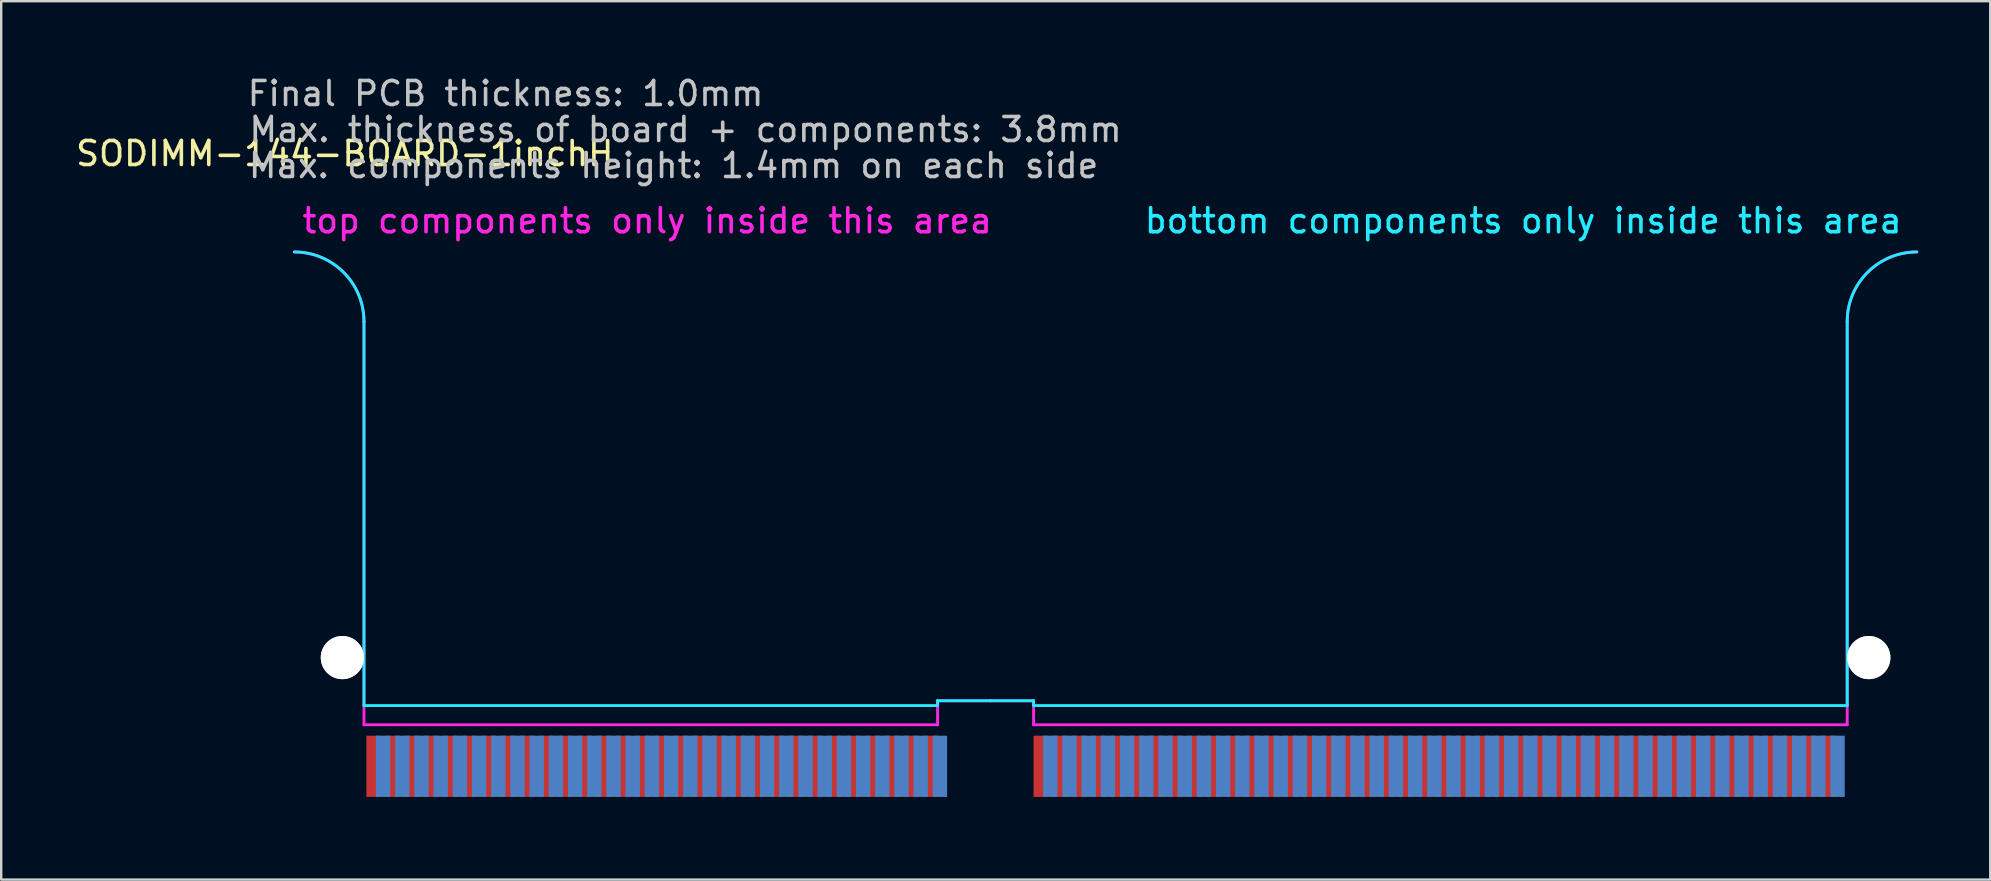
<source format=kicad_pcb>
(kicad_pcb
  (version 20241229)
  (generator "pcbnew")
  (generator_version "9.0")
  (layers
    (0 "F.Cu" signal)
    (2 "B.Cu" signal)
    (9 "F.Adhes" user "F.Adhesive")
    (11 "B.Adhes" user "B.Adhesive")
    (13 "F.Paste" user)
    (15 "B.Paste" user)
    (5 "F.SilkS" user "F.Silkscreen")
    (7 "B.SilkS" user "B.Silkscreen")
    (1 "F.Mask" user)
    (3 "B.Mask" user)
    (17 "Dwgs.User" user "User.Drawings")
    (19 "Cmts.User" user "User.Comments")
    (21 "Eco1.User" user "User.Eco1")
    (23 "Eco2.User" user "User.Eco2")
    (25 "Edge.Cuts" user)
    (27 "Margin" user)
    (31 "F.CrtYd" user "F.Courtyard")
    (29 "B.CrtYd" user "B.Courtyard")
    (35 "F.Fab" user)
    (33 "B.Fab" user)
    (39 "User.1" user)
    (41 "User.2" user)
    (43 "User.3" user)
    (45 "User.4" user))
  (footprint "SODIMM-144-BOARD-1inchH"
    (layer "F.Cu")
    (at 43.015 30.348)
    (property "Reference" "SODIMM-144-BOARD-1inchH" (at -31.7 -27 0) (layer "F.SilkS") (effects (font (size 1 1) (thickness 0.15))))
    (attr exclude_from_pos_files exclude_from_bom)
    (fp_line (start -33.8 -25.4) (end -33.8 -22) (stroke (width 0.12) (type solid)) (layer "Eco2.User"))
    (fp_line (start -33.8 -25.4) (end 33.8 -25.4) (stroke (width 0.12) (type solid)) (layer "Eco2.User"))
    (fp_line (start -33.8 -18) (end -33.8 -12) (stroke (width 0.12) (type solid)) (layer "Eco2.User"))
    (fp_line (start -33.8 -8) (end -33.8 0) (stroke (width 0.12) (type solid)) (layer "Eco2.User"))
    (fp_line (start -5.55 -3.25) (end -5.55 0) (stroke (width 0.12) (type solid)) (layer "Eco2.User"))
    (fp_line (start -5.55 0) (end -33.8 0) (stroke (width 0.12) (type solid)) (layer "Eco2.User"))
    (fp_line (start -4.05 -3.25) (end -4.05 0) (stroke (width 0.12) (type solid)) (layer "Eco2.User"))
    (fp_line (start -4.05 0) (end 33.8 0) (stroke (width 0.12) (type solid)) (layer "Eco2.User"))
    (fp_line (start 33.8 -22) (end 33.8 -25.4) (stroke (width 0.12) (type solid)) (layer "Eco2.User"))
    (fp_line (start 33.8 -18) (end 33.8 -12) (stroke (width 0.12) (type solid)) (layer "Eco2.User"))
    (fp_line (start 33.8 -8) (end 33.8 0) (stroke (width 0.12) (type solid)) (layer "Eco2.User"))
    (fp_arc (start -33.8 -22) (mid -31.8 -20) (end -33.8 -18) (stroke (width 0.12) (type solid)) (layer "Eco2.User"))
    (fp_arc (start -33.8 -12) (mid -31.8 -10) (end -33.8 -8) (stroke (width 0.12) (type solid)) (layer "Eco2.User"))
    (fp_arc (start -5.55 -3.25) (mid -4.8 -4) (end -4.05 -3.25) (stroke (width 0.12) (type solid)) (layer "Eco2.User"))
    (fp_arc (start 33.8 -18) (mid 31.8 -20) (end 33.8 -22) (stroke (width 0.12) (type solid)) (layer "Eco2.User"))
    (fp_arc (start 33.8 -8) (mid 31.8 -10) (end 33.8 -12) (stroke (width 0.12) (type solid)) (layer "Eco2.User"))
    (fp_line (start -30.9 -4) (end -30.9 -20) (stroke (width 0.12) (type solid)) (layer "B.CrtYd"))
    (fp_line (start -7 -4.2) (end -7 -4) (stroke (width 0.12) (type solid)) (layer "B.CrtYd"))
    (fp_line (start -7 -4) (end -30.9 -4) (stroke (width 0.12) (type solid)) (layer "B.CrtYd"))
    (fp_line (start -4.8 -4.2) (end -7 -4.2) (stroke (width 0.12) (type solid)) (layer "B.CrtYd"))
    (fp_line (start -4.8 -4.2) (end -3 -4.2) (stroke (width 0.12) (type solid)) (layer "B.CrtYd"))
    (fp_line (start -3 -4.2) (end -3 -4) (stroke (width 0.12) (type solid)) (layer "B.CrtYd"))
    (fp_line (start 30.9 -20) (end 30.9 -4) (stroke (width 0.12) (type solid)) (layer "B.CrtYd"))
    (fp_line (start 30.9 -4) (end -3 -4) (stroke (width 0.12) (type solid)) (layer "B.CrtYd"))
    (fp_arc (start -33.8 -22.9) (mid -31.74939 -22.05061) (end -30.9 -20) (stroke (width 0.12) (type solid)) (layer "B.CrtYd"))
    (fp_arc (start 30.9 -20) (mid 31.74939 -22.05061) (end 33.8 -22.9) (stroke (width 0.12) (type solid)) (layer "B.CrtYd"))
    (fp_line (start -30.9 -3.2) (end -30.9 -20) (stroke (width 0.12) (type solid)) (layer "F.CrtYd"))
    (fp_line (start -7 -4.2) (end -7 -3.2) (stroke (width 0.12) (type solid)) (layer "F.CrtYd"))
    (fp_line (start -7 -3.2) (end -30.9 -3.2) (stroke (width 0.12) (type solid)) (layer "F.CrtYd"))
    (fp_line (start -4.8 -4.2) (end -7 -4.2) (stroke (width 0.12) (type solid)) (layer "F.CrtYd"))
    (fp_line (start -4.8 -4.2) (end -3 -4.2) (stroke (width 0.12) (type solid)) (layer "F.CrtYd"))
    (fp_line (start -3 -4.2) (end -3 -3.2) (stroke (width 0.12) (type solid)) (layer "F.CrtYd"))
    (fp_line (start 30.9 -20) (end 30.9 -3.2) (stroke (width 0.12) (type solid)) (layer "F.CrtYd"))
    (fp_line (start 30.9 -3.2) (end -3 -3.2) (stroke (width 0.12) (type solid)) (layer "F.CrtYd"))
    (fp_arc (start -33.8 -22.9) (mid -31.74939 -22.05061) (end -30.9 -20) (stroke (width 0.12) (type solid)) (layer "F.CrtYd"))
    (fp_arc (start 30.9 -20) (mid 31.74939 -22.05061) (end 33.8 -22.9) (stroke (width 0.12) (type solid)) (layer "F.CrtYd"))
    (fp_text user "Max. thickness of board + components: 3.8mm" (at -17.5 -28 0) (layer "Dwgs.User") (effects (font (size 1 1) (thickness 0.15))))
    (fp_text user "Max. components height: 1.4mm on each side" (at -18 -26.5 0) (layer "Dwgs.User") (effects (font (size 1 1) (thickness 0.15))))
    (fp_text user "Final PCB thickness: 1.0mm" (at -25 -29.5 0) (layer "Dwgs.User") (effects (font (size 1 1) (thickness 0.15))))
    (fp_text user "bottom components only inside this area" (at 17.4 -24.2 0) (layer "B.CrtYd") (effects (font (size 1 1) (thickness 0.15))))
    (fp_text user "top components only inside this area" (at -19.1 -24.2 0) (layer "F.CrtYd") (effects (font (size 1 1) (thickness 0.15))))
    (pad "" np_thru_hole circle (at -31.8 -6) (size 1.8 1.8) (drill 1.8) (layers "*.Cu" "*.Mask" "Dwgs.User"))
    (pad "" np_thru_hole circle (at 31.8 -6) (size 1.8 1.8) (drill 1.8) (layers "*.Cu" "*.Mask" "Dwgs.User"))
    (pad "1" connect rect (at -30.5 -1.47) (size 0.6 2.55) (layers "F.Cu" "F.Mask"))
    (pad "2" connect rect (at -30.103 -1.47) (size 0.6 2.55) (layers "B.Cu" "B.Mask"))
    (pad "3" connect rect (at -29.7 -1.47) (size 0.6 2.55) (layers "F.Cu" "F.Mask"))
    (pad "4" connect rect (at -29.303 -1.47) (size 0.6 2.55) (layers "B.Cu" "B.Mask"))
    (pad "5" connect rect (at -28.9 -1.47) (size 0.6 2.55) (layers "F.Cu" "F.Mask"))
    (pad "6" connect rect (at -28.503 -1.47) (size 0.6 2.55) (layers "B.Cu" "B.Mask"))
    (pad "7" connect rect (at -28.1 -1.47) (size 0.6 2.55) (layers "F.Cu" "F.Mask"))
    (pad "8" connect rect (at -27.703 -1.47) (size 0.6 2.55) (layers "B.Cu" "B.Mask"))
    (pad "9" connect rect (at -27.3 -1.47) (size 0.6 2.55) (layers "F.Cu" "F.Mask"))
    (pad "10" connect rect (at -26.903 -1.47) (size 0.6 2.55) (layers "B.Cu" "B.Mask"))
    (pad "11" connect rect (at -26.5 -1.47) (size 0.6 2.55) (layers "F.Cu" "F.Mask"))
    (pad "12" connect rect (at -26.103 -1.47) (size 0.6 2.55) (layers "B.Cu" "B.Mask"))
    (pad "13" connect rect (at -25.7 -1.47) (size 0.6 2.55) (layers "F.Cu" "F.Mask"))
    (pad "14" connect rect (at -25.303 -1.47) (size 0.6 2.55) (layers "B.Cu" "B.Mask"))
    (pad "15" connect rect (at -24.9 -1.47) (size 0.6 2.55) (layers "F.Cu" "F.Mask"))
    (pad "16" connect rect (at -24.503 -1.47) (size 0.6 2.55) (layers "B.Cu" "B.Mask"))
    (pad "17" connect rect (at -24.1 -1.47) (size 0.6 2.55) (layers "F.Cu" "F.Mask"))
    (pad "18" connect rect (at -23.703 -1.47) (size 0.6 2.55) (layers "B.Cu" "B.Mask"))
    (pad "19" connect rect (at -23.3 -1.47) (size 0.6 2.55) (layers "F.Cu" "F.Mask"))
    (pad "20" connect rect (at -22.903 -1.47) (size 0.6 2.55) (layers "B.Cu" "B.Mask"))
    (pad "21" connect rect (at -22.5 -1.47) (size 0.6 2.55) (layers "F.Cu" "F.Mask"))
    (pad "22" connect rect (at -22.103 -1.47) (size 0.6 2.55) (layers "B.Cu" "B.Mask"))
    (pad "23" connect rect (at -21.7 -1.47) (size 0.6 2.55) (layers "F.Cu" "F.Mask"))
    (pad "24" connect rect (at -21.303 -1.47) (size 0.6 2.55) (layers "B.Cu" "B.Mask"))
    (pad "25" connect rect (at -20.9 -1.47) (size 0.6 2.55) (layers "F.Cu" "F.Mask"))
    (pad "26" connect rect (at -20.503 -1.47) (size 0.6 2.55) (layers "B.Cu" "B.Mask"))
    (pad "27" connect rect (at -20.1 -1.47) (size 0.6 2.55) (layers "F.Cu" "F.Mask"))
    (pad "28" connect rect (at -19.703 -1.47) (size 0.6 2.55) (layers "B.Cu" "B.Mask"))
    (pad "29" connect rect (at -19.3 -1.47) (size 0.6 2.55) (layers "F.Cu" "F.Mask"))
    (pad "30" connect rect (at -18.903 -1.47) (size 0.6 2.55) (layers "B.Cu" "B.Mask"))
    (pad "31" connect rect (at -18.5 -1.47) (size 0.6 2.55) (layers "F.Cu" "F.Mask"))
    (pad "32" connect rect (at -18.103 -1.47) (size 0.6 2.55) (layers "B.Cu" "B.Mask"))
    (pad "33" connect rect (at -17.7 -1.47) (size 0.6 2.55) (layers "F.Cu" "F.Mask"))
    (pad "34" connect rect (at -17.303 -1.47) (size 0.6 2.55) (layers "B.Cu" "B.Mask"))
    (pad "35" connect rect (at -16.9 -1.47) (size 0.6 2.55) (layers "F.Cu" "F.Mask"))
    (pad "36" connect rect (at -16.503 -1.47) (size 0.6 2.55) (layers "B.Cu" "B.Mask"))
    (pad "37" connect rect (at -16.1 -1.47) (size 0.6 2.55) (layers "F.Cu" "F.Mask"))
    (pad "38" connect rect (at -15.703 -1.47) (size 0.6 2.55) (layers "B.Cu" "B.Mask"))
    (pad "39" connect rect (at -15.3 -1.47) (size 0.6 2.55) (layers "F.Cu" "F.Mask"))
    (pad "40" connect rect (at -14.903 -1.47) (size 0.6 2.55) (layers "B.Cu" "B.Mask"))
    (pad "41" connect rect (at -14.5 -1.47) (size 0.6 2.55) (layers "F.Cu" "F.Mask"))
    (pad "42" connect rect (at -14.103 -1.47) (size 0.6 2.55) (layers "B.Cu" "B.Mask"))
    (pad "43" connect rect (at -13.7 -1.47) (size 0.6 2.55) (layers "F.Cu" "F.Mask"))
    (pad "44" connect rect (at -13.303 -1.47) (size 0.6 2.55) (layers "B.Cu" "B.Mask"))
    (pad "45" connect rect (at -12.9 -1.47) (size 0.6 2.55) (layers "F.Cu" "F.Mask"))
    (pad "46" connect rect (at -12.503 -1.47) (size 0.6 2.55) (layers "B.Cu" "B.Mask"))
    (pad "47" connect rect (at -12.1 -1.47) (size 0.6 2.55) (layers "F.Cu" "F.Mask"))
    (pad "48" connect rect (at -11.703 -1.47) (size 0.6 2.55) (layers "B.Cu" "B.Mask"))
    (pad "49" connect rect (at -11.3 -1.47) (size 0.6 2.55) (layers "F.Cu" "F.Mask"))
    (pad "50" connect rect (at -10.903 -1.47) (size 0.6 2.55) (layers "B.Cu" "B.Mask"))
    (pad "51" connect rect (at -10.5 -1.47) (size 0.6 2.55) (layers "F.Cu" "F.Mask"))
    (pad "52" connect rect (at -10.103 -1.47) (size 0.6 2.55) (layers "B.Cu" "B.Mask"))
    (pad "53" connect rect (at -9.7 -1.47) (size 0.6 2.55) (layers "F.Cu" "F.Mask"))
    (pad "54" connect rect (at -9.303 -1.47) (size 0.6 2.55) (layers "B.Cu" "B.Mask"))
    (pad "55" connect rect (at -8.9 -1.47) (size 0.6 2.55) (layers "F.Cu" "F.Mask"))
    (pad "56" connect rect (at -8.503 -1.47) (size 0.6 2.55) (layers "B.Cu" "B.Mask"))
    (pad "57" connect rect (at -8.1 -1.47) (size 0.6 2.55) (layers "F.Cu" "F.Mask"))
    (pad "58" connect rect (at -7.703 -1.47) (size 0.6 2.55) (layers "B.Cu" "B.Mask"))
    (pad "59" connect rect (at -7.3 -1.47) (size 0.6 2.55) (layers "F.Cu" "F.Mask"))
    (pad "60" connect rect (at -6.903 -1.47) (size 0.6 2.55) (layers "B.Cu" "B.Mask"))
    (pad "61" connect rect (at -2.7 -1.47) (size 0.6 2.55) (layers "F.Cu" "F.Mask"))
    (pad "62" connect rect (at -2.303 -1.47) (size 0.6 2.55) (layers "B.Cu" "B.Mask"))
    (pad "63" connect rect (at -1.9 -1.47) (size 0.6 2.55) (layers "F.Cu" "F.Mask"))
    (pad "64" connect rect (at -1.503 -1.47) (size 0.6 2.55) (layers "B.Cu" "B.Mask"))
    (pad "65" connect rect (at -1.1 -1.47) (size 0.6 2.55) (layers "F.Cu" "F.Mask"))
    (pad "66" connect rect (at -0.703 -1.47) (size 0.6 2.55) (layers "B.Cu" "B.Mask"))
    (pad "67" connect rect (at -0.3 -1.47) (size 0.6 2.55) (layers "F.Cu" "F.Mask"))
    (pad "68" connect rect (at 0.097 -1.47) (size 0.6 2.55) (layers "B.Cu" "B.Mask"))
    (pad "69" connect rect (at 0.5 -1.47) (size 0.6 2.55) (layers "F.Cu" "F.Mask"))
    (pad "70" connect rect (at 0.897 -1.47) (size 0.6 2.55) (layers "B.Cu" "B.Mask"))
    (pad "71" connect rect (at 1.3 -1.47) (size 0.6 2.55) (layers "F.Cu" "F.Mask"))
    (pad "72" connect rect (at 1.697 -1.47) (size 0.6 2.55) (layers "B.Cu" "B.Mask"))
    (pad "73" connect rect (at 2.1 -1.47) (size 0.6 2.55) (layers "F.Cu" "F.Mask"))
    (pad "74" connect rect (at 2.497 -1.47) (size 0.6 2.55) (layers "B.Cu" "B.Mask"))
    (pad "75" connect rect (at 2.9 -1.47) (size 0.6 2.55) (layers "F.Cu" "F.Mask"))
    (pad "76" connect rect (at 3.297 -1.47) (size 0.6 2.55) (layers "B.Cu" "B.Mask"))
    (pad "77" connect rect (at 3.7 -1.47) (size 0.6 2.55) (layers "F.Cu" "F.Mask"))
    (pad "78" connect rect (at 4.097 -1.47) (size 0.6 2.55) (layers "B.Cu" "B.Mask"))
    (pad "79" connect rect (at 4.5 -1.47) (size 0.6 2.55) (layers "F.Cu" "F.Mask"))
    (pad "80" connect rect (at 4.897 -1.47) (size 0.6 2.55) (layers "B.Cu" "B.Mask"))
    (pad "81" connect rect (at 5.3 -1.47) (size 0.6 2.55) (layers "F.Cu" "F.Mask"))
    (pad "82" connect rect (at 5.697 -1.47) (size 0.6 2.55) (layers "B.Cu" "B.Mask"))
    (pad "83" connect rect (at 6.1 -1.47) (size 0.6 2.55) (layers "F.Cu" "F.Mask"))
    (pad "84" connect rect (at 6.497 -1.47) (size 0.6 2.55) (layers "B.Cu" "B.Mask"))
    (pad "85" connect rect (at 6.9 -1.47) (size 0.6 2.55) (layers "F.Cu" "F.Mask"))
    (pad "86" connect rect (at 7.297 -1.47) (size 0.6 2.55) (layers "B.Cu" "B.Mask"))
    (pad "87" connect rect (at 7.7 -1.47) (size 0.6 2.55) (layers "F.Cu" "F.Mask"))
    (pad "88" connect rect (at 8.097 -1.47) (size 0.6 2.55) (layers "B.Cu" "B.Mask"))
    (pad "89" connect rect (at 8.5 -1.47) (size 0.6 2.55) (layers "F.Cu" "F.Mask"))
    (pad "90" connect rect (at 8.897 -1.47) (size 0.6 2.55) (layers "B.Cu" "B.Mask"))
    (pad "91" connect rect (at 9.3 -1.47) (size 0.6 2.55) (layers "F.Cu" "F.Mask"))
    (pad "92" connect rect (at 9.697 -1.47) (size 0.6 2.55) (layers "B.Cu" "B.Mask"))
    (pad "93" connect rect (at 10.1 -1.47) (size 0.6 2.55) (layers "F.Cu" "F.Mask"))
    (pad "94" connect rect (at 10.497 -1.47) (size 0.6 2.55) (layers "B.Cu" "B.Mask"))
    (pad "95" connect rect (at 10.9 -1.47) (size 0.6 2.55) (layers "F.Cu" "F.Mask"))
    (pad "96" connect rect (at 11.297 -1.47) (size 0.6 2.55) (layers "B.Cu" "B.Mask"))
    (pad "97" connect rect (at 11.7 -1.47) (size 0.6 2.55) (layers "F.Cu" "F.Mask"))
    (pad "98" connect rect (at 12.097 -1.47) (size 0.6 2.55) (layers "B.Cu" "B.Mask"))
    (pad "99" connect rect (at 12.5 -1.47) (size 0.6 2.55) (layers "F.Cu" "F.Mask"))
    (pad "100" connect rect (at 12.897 -1.47) (size 0.6 2.55) (layers "B.Cu" "B.Mask"))
    (pad "101" connect rect (at 13.3 -1.47) (size 0.6 2.55) (layers "F.Cu" "F.Mask"))
    (pad "102" connect rect (at 13.697 -1.47) (size 0.6 2.55) (layers "B.Cu" "B.Mask"))
    (pad "103" connect rect (at 14.1 -1.47) (size 0.6 2.55) (layers "F.Cu" "F.Mask"))
    (pad "104" connect rect (at 14.497 -1.47) (size 0.6 2.55) (layers "B.Cu" "B.Mask"))
    (pad "105" connect rect (at 14.9 -1.47) (size 0.6 2.55) (layers "F.Cu" "F.Mask"))
    (pad "106" connect rect (at 15.297 -1.47) (size 0.6 2.55) (layers "B.Cu" "B.Mask"))
    (pad "107" connect rect (at 15.7 -1.47) (size 0.6 2.55) (layers "F.Cu" "F.Mask"))
    (pad "108" connect rect (at 16.097 -1.47) (size 0.6 2.55) (layers "B.Cu" "B.Mask"))
    (pad "109" connect rect (at 16.5 -1.47) (size 0.6 2.55) (layers "F.Cu" "F.Mask"))
    (pad "110" connect rect (at 16.897 -1.47) (size 0.6 2.55) (layers "B.Cu" "B.Mask"))
    (pad "111" connect rect (at 17.3 -1.47) (size 0.6 2.55) (layers "F.Cu" "F.Mask"))
    (pad "112" connect rect (at 17.697 -1.47) (size 0.6 2.55) (layers "B.Cu" "B.Mask"))
    (pad "113" connect rect (at 18.1 -1.47) (size 0.6 2.55) (layers "F.Cu" "F.Mask"))
    (pad "114" connect rect (at 18.497 -1.47) (size 0.6 2.55) (layers "B.Cu" "B.Mask"))
    (pad "115" connect rect (at 18.9 -1.47) (size 0.6 2.55) (layers "F.Cu" "F.Mask"))
    (pad "116" connect rect (at 19.297 -1.47) (size 0.6 2.55) (layers "B.Cu" "B.Mask"))
    (pad "117" connect rect (at 19.7 -1.47) (size 0.6 2.55) (layers "F.Cu" "F.Mask"))
    (pad "118" connect rect (at 20.097 -1.47) (size 0.6 2.55) (layers "B.Cu" "B.Mask"))
    (pad "119" connect rect (at 20.5 -1.47) (size 0.6 2.55) (layers "F.Cu" "F.Mask"))
    (pad "120" connect rect (at 20.897 -1.47) (size 0.6 2.55) (layers "B.Cu" "B.Mask"))
    (pad "121" connect rect (at 21.3 -1.47) (size 0.6 2.55) (layers "F.Cu" "F.Mask"))
    (pad "122" connect rect (at 21.697 -1.47) (size 0.6 2.55) (layers "B.Cu" "B.Mask"))
    (pad "123" connect rect (at 22.1 -1.47) (size 0.6 2.55) (layers "F.Cu" "F.Mask"))
    (pad "124" connect rect (at 22.497 -1.47) (size 0.6 2.55) (layers "B.Cu" "B.Mask"))
    (pad "125" connect rect (at 22.9 -1.47) (size 0.6 2.55) (layers "F.Cu" "F.Mask"))
    (pad "126" connect rect (at 23.297 -1.47) (size 0.6 2.55) (layers "B.Cu" "B.Mask"))
    (pad "127" connect rect (at 23.7 -1.47) (size 0.6 2.55) (layers "F.Cu" "F.Mask"))
    (pad "128" connect rect (at 24.097 -1.47) (size 0.6 2.55) (layers "B.Cu" "B.Mask"))
    (pad "129" connect rect (at 24.5 -1.47) (size 0.6 2.55) (layers "F.Cu" "F.Mask"))
    (pad "130" connect rect (at 24.897 -1.47) (size 0.6 2.55) (layers "B.Cu" "B.Mask"))
    (pad "131" connect rect (at 25.3 -1.47) (size 0.6 2.55) (layers "F.Cu" "F.Mask"))
    (pad "132" connect rect (at 25.697 -1.47) (size 0.6 2.55) (layers "B.Cu" "B.Mask"))
    (pad "133" connect rect (at 26.1 -1.47) (size 0.6 2.55) (layers "F.Cu" "F.Mask"))
    (pad "134" connect rect (at 26.497 -1.47) (size 0.6 2.55) (layers "B.Cu" "B.Mask"))
    (pad "135" connect rect (at 26.9 -1.47) (size 0.6 2.55) (layers "F.Cu" "F.Mask"))
    (pad "136" connect rect (at 27.297 -1.47) (size 0.6 2.55) (layers "B.Cu" "B.Mask"))
    (pad "137" connect rect (at 27.7 -1.47) (size 0.6 2.55) (layers "F.Cu" "F.Mask"))
    (pad "138" connect rect (at 28.097 -1.47) (size 0.6 2.55) (layers "B.Cu" "B.Mask"))
    (pad "139" connect rect (at 28.5 -1.47) (size 0.6 2.55) (layers "F.Cu" "F.Mask"))
    (pad "140" connect rect (at 28.897 -1.47) (size 0.6 2.55) (layers "B.Cu" "B.Mask"))
    (pad "141" connect rect (at 29.3 -1.47) (size 0.6 2.55) (layers "F.Cu" "F.Mask"))
    (pad "142" connect rect (at 29.697 -1.47) (size 0.6 2.55) (layers "B.Cu" "B.Mask"))
    (pad "143" connect rect (at 30.1 -1.47) (size 0.6 2.55) (layers "F.Cu" "F.Mask"))
    (pad "144" connect rect (at 30.497 -1.47) (size 0.6 2.55) (layers "B.Cu" "B.Mask")))
  (gr_rect
    (start -3 -3)
    (end 79.875 33.598)
    (stroke (width 0.1) (type default))
    (fill no)
    (layer "Edge.Cuts")))
</source>
